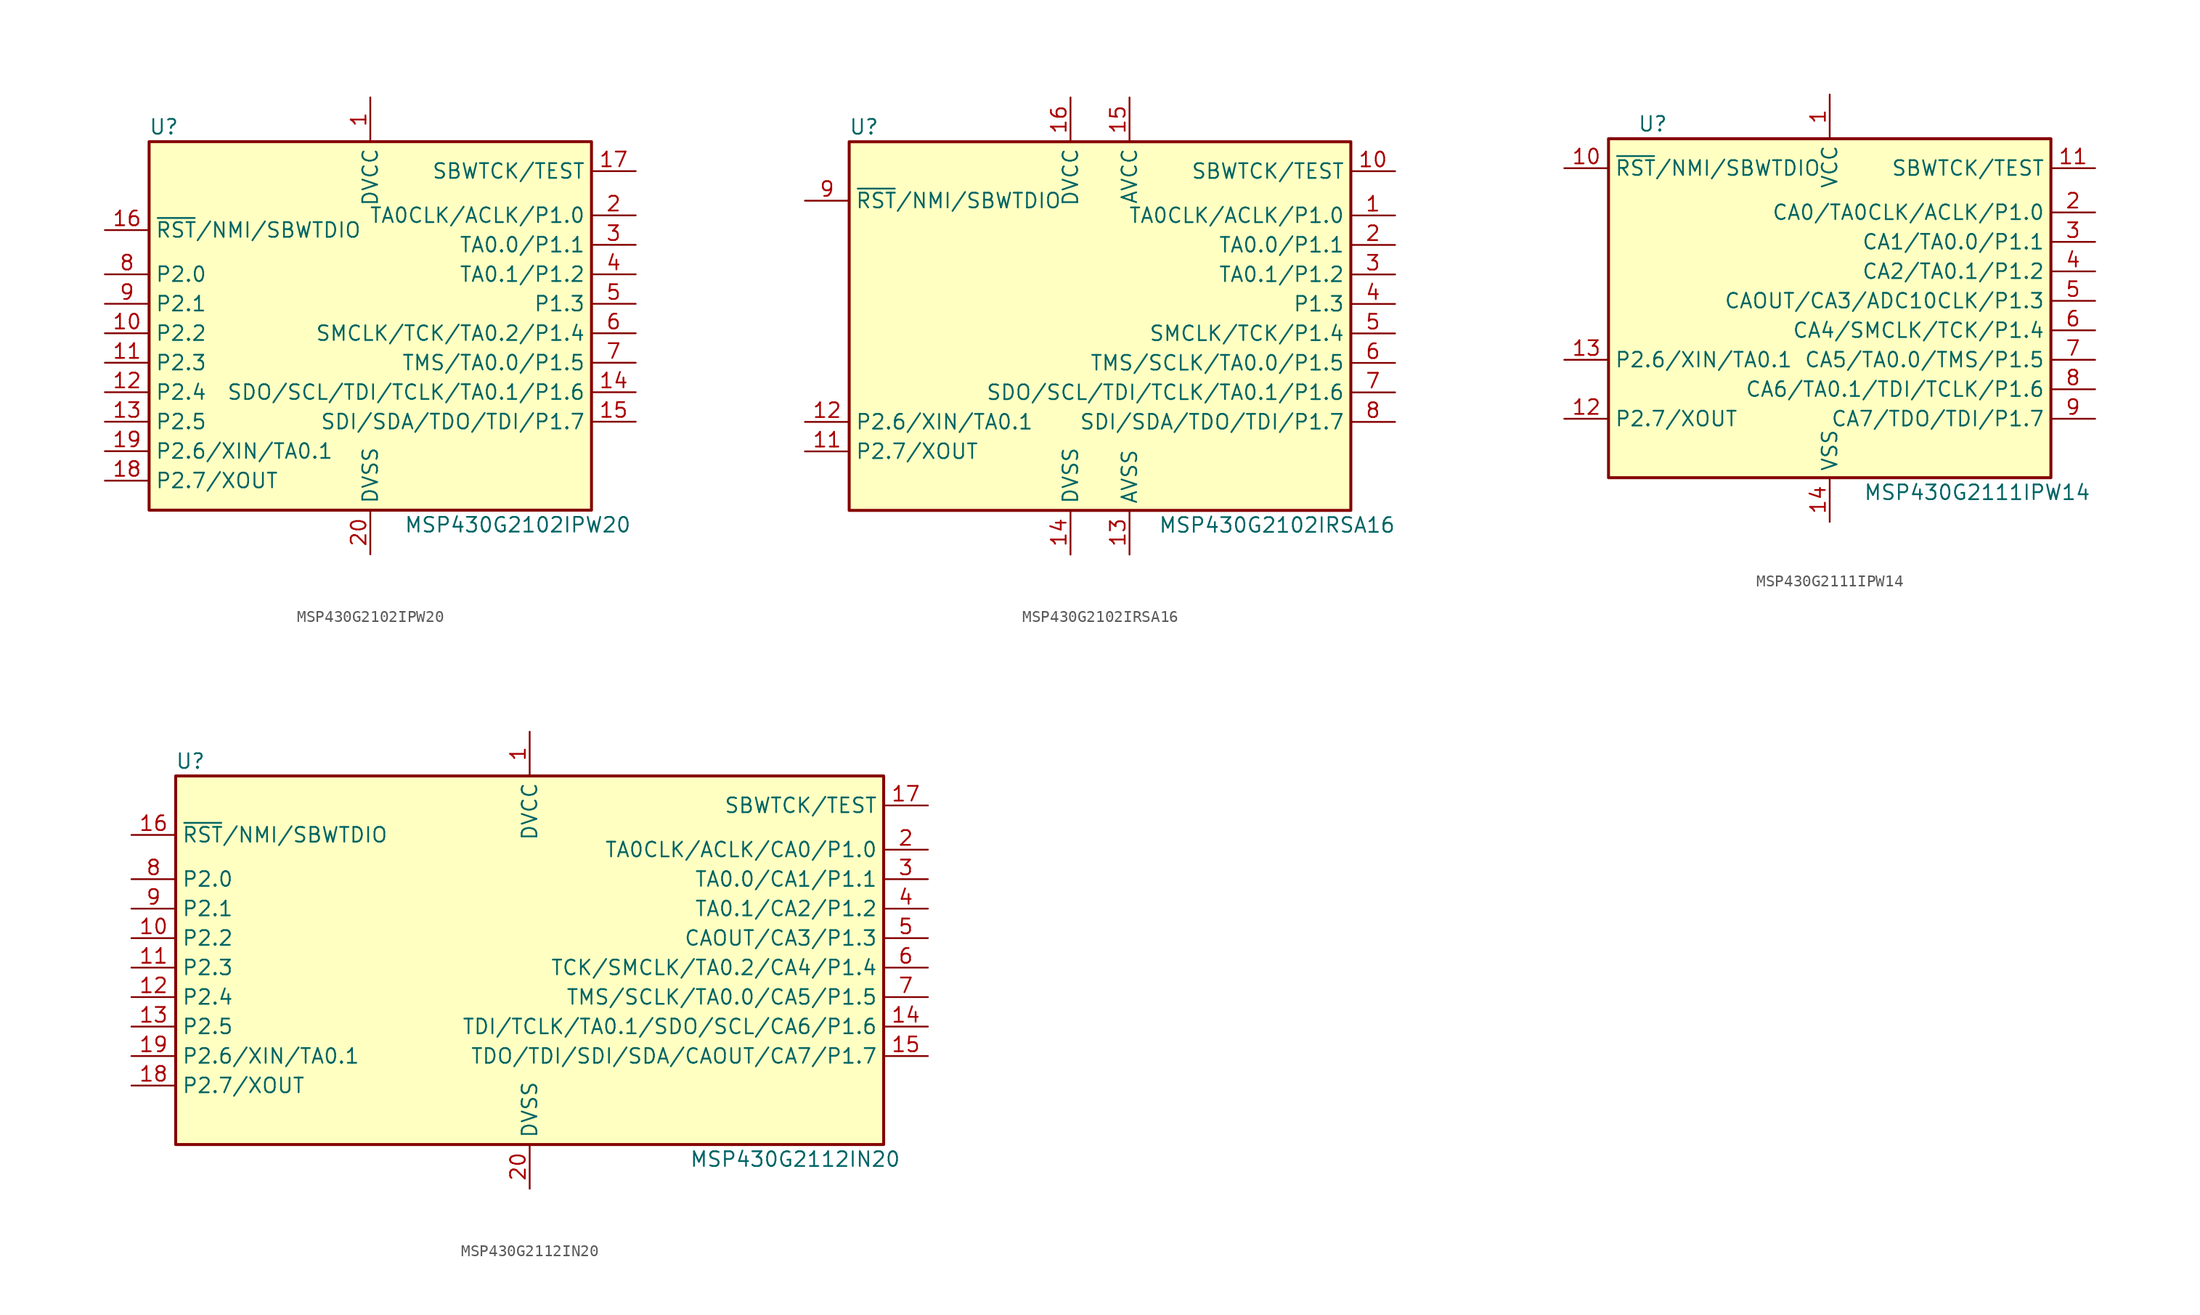
<source format=kicad_sym>
(kicad_symbol_lib
  (version 20231120)
  (generator "kicad_symbol_editor")
  (generator_version "8.0")
  (symbol "MSP430G2102IPW20"
    (property "Reference" "U"
      (at -17.78 17.78 0)
      (effects (font (size 1.27 1.27))))
    (property "Value" "MSP430G2102IPW20"
      (at 12.7 -16.51 0)
      (effects (font (size 1.27 1.27))))
    (symbol "MSP430G2102IPW20_0_1"
      (rectangle (start -19.05 16.51) (end 19.05 -15.24) (stroke (width 0.254) (type default)) (fill (type background))))
    (symbol "MSP430G2102IPW20_1_1"
      (pin power_in line (at 0 20.32 270) (length 3.81) (name "DVCC" (effects (font (size 1.27 1.27)))) (number "1" (effects (font (size 1.27 1.27)))))
      (pin bidirectional line (at -22.86 0 0) (length 3.81) (name "P2.2" (effects (font (size 1.27 1.27)))) (number "10" (effects (font (size 1.27 1.27)))))
      (pin bidirectional line (at -22.86 -2.54 0) (length 3.81) (name "P2.3" (effects (font (size 1.27 1.27)))) (number "11" (effects (font (size 1.27 1.27)))))
      (pin bidirectional line (at -22.86 -5.08 0) (length 3.81) (name "P2.4" (effects (font (size 1.27 1.27)))) (number "12" (effects (font (size 1.27 1.27)))))
      (pin bidirectional line (at -22.86 -7.62 0) (length 3.81) (name "P2.5" (effects (font (size 1.27 1.27)))) (number "13" (effects (font (size 1.27 1.27)))))
      (pin bidirectional line (at 22.86 -5.08 180) (length 3.81) (name "SDO/SCL/TDI/TCLK/TA0.1/P1.6" (effects (font (size 1.27 1.27)))) (number "14" (effects (font (size 1.27 1.27)))))
      (pin bidirectional line (at 22.86 -7.62 180) (length 3.81) (name "SDI/SDA/TDO/TDI/P1.7" (effects (font (size 1.27 1.27)))) (number "15" (effects (font (size 1.27 1.27)))))
      (pin input line (at -22.86 8.89 0) (length 3.81) (name "~{RST}/NMI/SBWTDIO" (effects (font (size 1.27 1.27)))) (number "16" (effects (font (size 1.27 1.27)))))
      (pin input line (at 22.86 13.97 180) (length 3.81) (name "SBWTCK/TEST" (effects (font (size 1.27 1.27)))) (number "17" (effects (font (size 1.27 1.27)))))
      (pin bidirectional line (at -22.86 -12.7 0) (length 3.81) (name "P2.7/XOUT" (effects (font (size 1.27 1.27)))) (number "18" (effects (font (size 1.27 1.27)))))
      (pin bidirectional line (at -22.86 -10.16 0) (length 3.81) (name "P2.6/XIN/TA0.1" (effects (font (size 1.27 1.27)))) (number "19" (effects (font (size 1.27 1.27)))))
      (pin bidirectional line (at 22.86 10.16 180) (length 3.81) (name "TA0CLK/ACLK/P1.0" (effects (font (size 1.27 1.27)))) (number "2" (effects (font (size 1.27 1.27)))))
      (pin power_in line (at 0 -19.05 90) (length 3.81) (name "DVSS" (effects (font (size 1.27 1.27)))) (number "20" (effects (font (size 1.27 1.27)))))
      (pin bidirectional line (at 22.86 7.62 180) (length 3.81) (name "TA0.0/P1.1" (effects (font (size 1.27 1.27)))) (number "3" (effects (font (size 1.27 1.27)))))
      (pin bidirectional line (at 22.86 5.08 180) (length 3.81) (name "TA0.1/P1.2" (effects (font (size 1.27 1.27)))) (number "4" (effects (font (size 1.27 1.27)))))
      (pin bidirectional line (at 22.86 2.54 180) (length 3.81) (name "P1.3" (effects (font (size 1.27 1.27)))) (number "5" (effects (font (size 1.27 1.27)))))
      (pin bidirectional line (at 22.86 0 180) (length 3.81) (name "SMCLK/TCK/TA0.2/P1.4" (effects (font (size 1.27 1.27)))) (number "6" (effects (font (size 1.27 1.27)))))
      (pin bidirectional line (at 22.86 -2.54 180) (length 3.81) (name "TMS/TA0.0/P1.5" (effects (font (size 1.27 1.27)))) (number "7" (effects (font (size 1.27 1.27)))))
      (pin bidirectional line (at -22.86 5.08 0) (length 3.81) (name "P2.0" (effects (font (size 1.27 1.27)))) (number "8" (effects (font (size 1.27 1.27)))))
      (pin bidirectional line (at -22.86 2.54 0) (length 3.81) (name "P2.1" (effects (font (size 1.27 1.27)))) (number "9" (effects (font (size 1.27 1.27)))))))
  (symbol "MSP430G2102IRSA16"
    (property "Reference" "U"
      (at -20.32 17.78 0)
      (effects (font (size 1.27 1.27))))
    (property "Value" "MSP430G2102IRSA16"
      (at 15.24 -16.51 0)
      (effects (font (size 1.27 1.27))))
    (symbol "MSP430G2102IRSA16_0_1"
      (rectangle (start -21.59 16.51) (end 21.59 -15.24) (stroke (width 0.254) (type default)) (fill (type background))))
    (symbol "MSP430G2102IRSA16_1_1"
      (pin bidirectional line (at 25.4 10.16 180) (length 3.81) (name "TA0CLK/ACLK/P1.0" (effects (font (size 1.27 1.27)))) (number "1" (effects (font (size 1.27 1.27)))))
      (pin input line (at 25.4 13.97 180) (length 3.81) (name "SBWTCK/TEST" (effects (font (size 1.27 1.27)))) (number "10" (effects (font (size 1.27 1.27)))))
      (pin bidirectional line (at -25.4 -10.16 0) (length 3.81) (name "P2.7/XOUT" (effects (font (size 1.27 1.27)))) (number "11" (effects (font (size 1.27 1.27)))))
      (pin bidirectional line (at -25.4 -7.62 0) (length 3.81) (name "P2.6/XIN/TA0.1" (effects (font (size 1.27 1.27)))) (number "12" (effects (font (size 1.27 1.27)))))
      (pin power_in line (at 2.54 -19.05 90) (length 3.81) (name "AVSS" (effects (font (size 1.27 1.27)))) (number "13" (effects (font (size 1.27 1.27)))))
      (pin power_in line (at -2.54 -19.05 90) (length 3.81) (name "DVSS" (effects (font (size 1.27 1.27)))) (number "14" (effects (font (size 1.27 1.27)))))
      (pin power_in line (at 2.54 20.32 270) (length 3.81) (name "AVCC" (effects (font (size 1.27 1.27)))) (number "15" (effects (font (size 1.27 1.27)))))
      (pin power_in line (at -2.54 20.32 270) (length 3.81) (name "DVCC" (effects (font (size 1.27 1.27)))) (number "16" (effects (font (size 1.27 1.27)))))
      (pin bidirectional line (at 25.4 7.62 180) (length 3.81) (name "TA0.0/P1.1" (effects (font (size 1.27 1.27)))) (number "2" (effects (font (size 1.27 1.27)))))
      (pin bidirectional line (at 25.4 5.08 180) (length 3.81) (name "TA0.1/P1.2" (effects (font (size 1.27 1.27)))) (number "3" (effects (font (size 1.27 1.27)))))
      (pin bidirectional line (at 25.4 2.54 180) (length 3.81) (name "P1.3" (effects (font (size 1.27 1.27)))) (number "4" (effects (font (size 1.27 1.27)))))
      (pin bidirectional line (at 25.4 0 180) (length 3.81) (name "SMCLK/TCK/P1.4" (effects (font (size 1.27 1.27)))) (number "5" (effects (font (size 1.27 1.27)))))
      (pin bidirectional line (at 25.4 -2.54 180) (length 3.81) (name "TMS/SCLK/TA0.0/P1.5" (effects (font (size 1.27 1.27)))) (number "6" (effects (font (size 1.27 1.27)))))
      (pin bidirectional line (at 25.4 -5.08 180) (length 3.81) (name "SDO/SCL/TDI/TCLK/TA0.1/P1.6" (effects (font (size 1.27 1.27)))) (number "7" (effects (font (size 1.27 1.27)))))
      (pin bidirectional line (at 25.4 -7.62 180) (length 3.81) (name "SDI/SDA/TDO/TDI/P1.7" (effects (font (size 1.27 1.27)))) (number "8" (effects (font (size 1.27 1.27)))))
      (pin input line (at -25.4 11.43 0) (length 3.81) (name "~{RST}/NMI/SBWTDIO" (effects (font (size 1.27 1.27)))) (number "9" (effects (font (size 1.27 1.27)))))))
  (symbol "MSP430G2111IPW14"
    (property "Reference" "U"
      (at -15.24 15.24 0)
      (effects (font (size 1.27 1.27))))
    (property "Value" "MSP430G2111IPW14"
      (at 12.7 -16.51 0)
      (effects (font (size 1.27 1.27))))
    (symbol "MSP430G2111IPW14_0_1"
      (rectangle (start -19.05 13.97) (end 19.05 -15.24) (stroke (width 0.254) (type default)) (fill (type background))))
    (symbol "MSP430G2111IPW14_1_1"
      (pin power_in line (at 0 17.78 270) (length 3.81) (name "VCC" (effects (font (size 1.27 1.27)))) (number "1" (effects (font (size 1.27 1.27)))))
      (pin input line (at -22.86 11.43 0) (length 3.81) (name "~{RST}/NMI/SBWTDIO" (effects (font (size 1.27 1.27)))) (number "10" (effects (font (size 1.27 1.27)))))
      (pin input line (at 22.86 11.43 180) (length 3.81) (name "SBWTCK/TEST" (effects (font (size 1.27 1.27)))) (number "11" (effects (font (size 1.27 1.27)))))
      (pin bidirectional line (at -22.86 -10.16 0) (length 3.81) (name "P2.7/XOUT" (effects (font (size 1.27 1.27)))) (number "12" (effects (font (size 1.27 1.27)))))
      (pin bidirectional line (at -22.86 -5.08 0) (length 3.81) (name "P2.6/XIN/TA0.1" (effects (font (size 1.27 1.27)))) (number "13" (effects (font (size 1.27 1.27)))))
      (pin power_in line (at 0 -19.05 90) (length 3.81) (name "VSS" (effects (font (size 1.27 1.27)))) (number "14" (effects (font (size 1.27 1.27)))))
      (pin bidirectional line (at 22.86 7.62 180) (length 3.81) (name "CA0/TA0CLK/ACLK/P1.0" (effects (font (size 1.27 1.27)))) (number "2" (effects (font (size 1.27 1.27)))))
      (pin bidirectional line (at 22.86 5.08 180) (length 3.81) (name "CA1/TA0.0/P1.1" (effects (font (size 1.27 1.27)))) (number "3" (effects (font (size 1.27 1.27)))))
      (pin bidirectional line (at 22.86 2.54 180) (length 3.81) (name "CA2/TA0.1/P1.2" (effects (font (size 1.27 1.27)))) (number "4" (effects (font (size 1.27 1.27)))))
      (pin bidirectional line (at 22.86 0 180) (length 3.81) (name "CAOUT/CA3/ADC10CLK/P1.3" (effects (font (size 1.27 1.27)))) (number "5" (effects (font (size 1.27 1.27)))))
      (pin bidirectional line (at 22.86 -2.54 180) (length 3.81) (name "CA4/SMCLK/TCK/P1.4" (effects (font (size 1.27 1.27)))) (number "6" (effects (font (size 1.27 1.27)))))
      (pin bidirectional line (at 22.86 -5.08 180) (length 3.81) (name "CA5/TA0.0/TMS/P1.5" (effects (font (size 1.27 1.27)))) (number "7" (effects (font (size 1.27 1.27)))))
      (pin bidirectional line (at 22.86 -7.62 180) (length 3.81) (name "CA6/TA0.1/TDI/TCLK/P1.6" (effects (font (size 1.27 1.27)))) (number "8" (effects (font (size 1.27 1.27)))))
      (pin bidirectional line (at 22.86 -10.16 180) (length 3.81) (name "CA7/TDO/TDI/P1.7" (effects (font (size 1.27 1.27)))) (number "9" (effects (font (size 1.27 1.27)))))))
  (symbol "MSP430G2112IN20"
    (property "Reference" "U"
      (at -29.21 17.78 0)
      (effects (font (size 1.27 1.27))))
    (property "Value" "MSP430G2112IN20"
      (at 22.86 -16.51 0)
      (effects (font (size 1.27 1.27))))
    (symbol "MSP430G2112IN20_0_1"
      (rectangle (start -30.48 16.51) (end 30.48 -15.24) (stroke (width 0.254) (type default)) (fill (type background))))
    (symbol "MSP430G2112IN20_1_1"
      (pin power_in line (at 0 20.32 270) (length 3.81) (name "DVCC" (effects (font (size 1.27 1.27)))) (number "1" (effects (font (size 1.27 1.27)))))
      (pin bidirectional line (at -34.29 2.54 0) (length 3.81) (name "P2.2" (effects (font (size 1.27 1.27)))) (number "10" (effects (font (size 1.27 1.27)))))
      (pin bidirectional line (at -34.29 0 0) (length 3.81) (name "P2.3" (effects (font (size 1.27 1.27)))) (number "11" (effects (font (size 1.27 1.27)))))
      (pin bidirectional line (at -34.29 -2.54 0) (length 3.81) (name "P2.4" (effects (font (size 1.27 1.27)))) (number "12" (effects (font (size 1.27 1.27)))))
      (pin bidirectional line (at -34.29 -5.08 0) (length 3.81) (name "P2.5" (effects (font (size 1.27 1.27)))) (number "13" (effects (font (size 1.27 1.27)))))
      (pin bidirectional line (at 34.29 -5.08 180) (length 3.81) (name "TDI/TCLK/TA0.1/SDO/SCL/CA6/P1.6" (effects (font (size 1.27 1.27)))) (number "14" (effects (font (size 1.27 1.27)))))
      (pin bidirectional line (at 34.29 -7.62 180) (length 3.81) (name "TDO/TDI/SDI/SDA/CAOUT/CA7/P1.7" (effects (font (size 1.27 1.27)))) (number "15" (effects (font (size 1.27 1.27)))))
      (pin input line (at -34.29 11.43 0) (length 3.81) (name "~{RST}/NMI/SBWTDIO" (effects (font (size 1.27 1.27)))) (number "16" (effects (font (size 1.27 1.27)))))
      (pin input line (at 34.29 13.97 180) (length 3.81) (name "SBWTCK/TEST" (effects (font (size 1.27 1.27)))) (number "17" (effects (font (size 1.27 1.27)))))
      (pin bidirectional line (at -34.29 -10.16 0) (length 3.81) (name "P2.7/XOUT" (effects (font (size 1.27 1.27)))) (number "18" (effects (font (size 1.27 1.27)))))
      (pin bidirectional line (at -34.29 -7.62 0) (length 3.81) (name "P2.6/XIN/TA0.1" (effects (font (size 1.27 1.27)))) (number "19" (effects (font (size 1.27 1.27)))))
      (pin bidirectional line (at 34.29 10.16 180) (length 3.81) (name "TA0CLK/ACLK/CA0/P1.0" (effects (font (size 1.27 1.27)))) (number "2" (effects (font (size 1.27 1.27)))))
      (pin power_in line (at 0 -19.05 90) (length 3.81) (name "DVSS" (effects (font (size 1.27 1.27)))) (number "20" (effects (font (size 1.27 1.27)))))
      (pin bidirectional line (at 34.29 7.62 180) (length 3.81) (name "TA0.0/CA1/P1.1" (effects (font (size 1.27 1.27)))) (number "3" (effects (font (size 1.27 1.27)))))
      (pin bidirectional line (at 34.29 5.08 180) (length 3.81) (name "TA0.1/CA2/P1.2" (effects (font (size 1.27 1.27)))) (number "4" (effects (font (size 1.27 1.27)))))
      (pin bidirectional line (at 34.29 2.54 180) (length 3.81) (name "CAOUT/CA3/P1.3" (effects (font (size 1.27 1.27)))) (number "5" (effects (font (size 1.27 1.27)))))
      (pin bidirectional line (at 34.29 0 180) (length 3.81) (name "TCK/SMCLK/TA0.2/CA4/P1.4" (effects (font (size 1.27 1.27)))) (number "6" (effects (font (size 1.27 1.27)))))
      (pin bidirectional line (at 34.29 -2.54 180) (length 3.81) (name "TMS/SCLK/TA0.0/CA5/P1.5" (effects (font (size 1.27 1.27)))) (number "7" (effects (font (size 1.27 1.27)))))
      (pin bidirectional line (at -34.29 7.62 0) (length 3.81) (name "P2.0" (effects (font (size 1.27 1.27)))) (number "8" (effects (font (size 1.27 1.27)))))
      (pin bidirectional line (at -34.29 5.08 0) (length 3.81) (name "P2.1" (effects (font (size 1.27 1.27)))) (number "9" (effects (font (size 1.27 1.27))))))))
</source>
